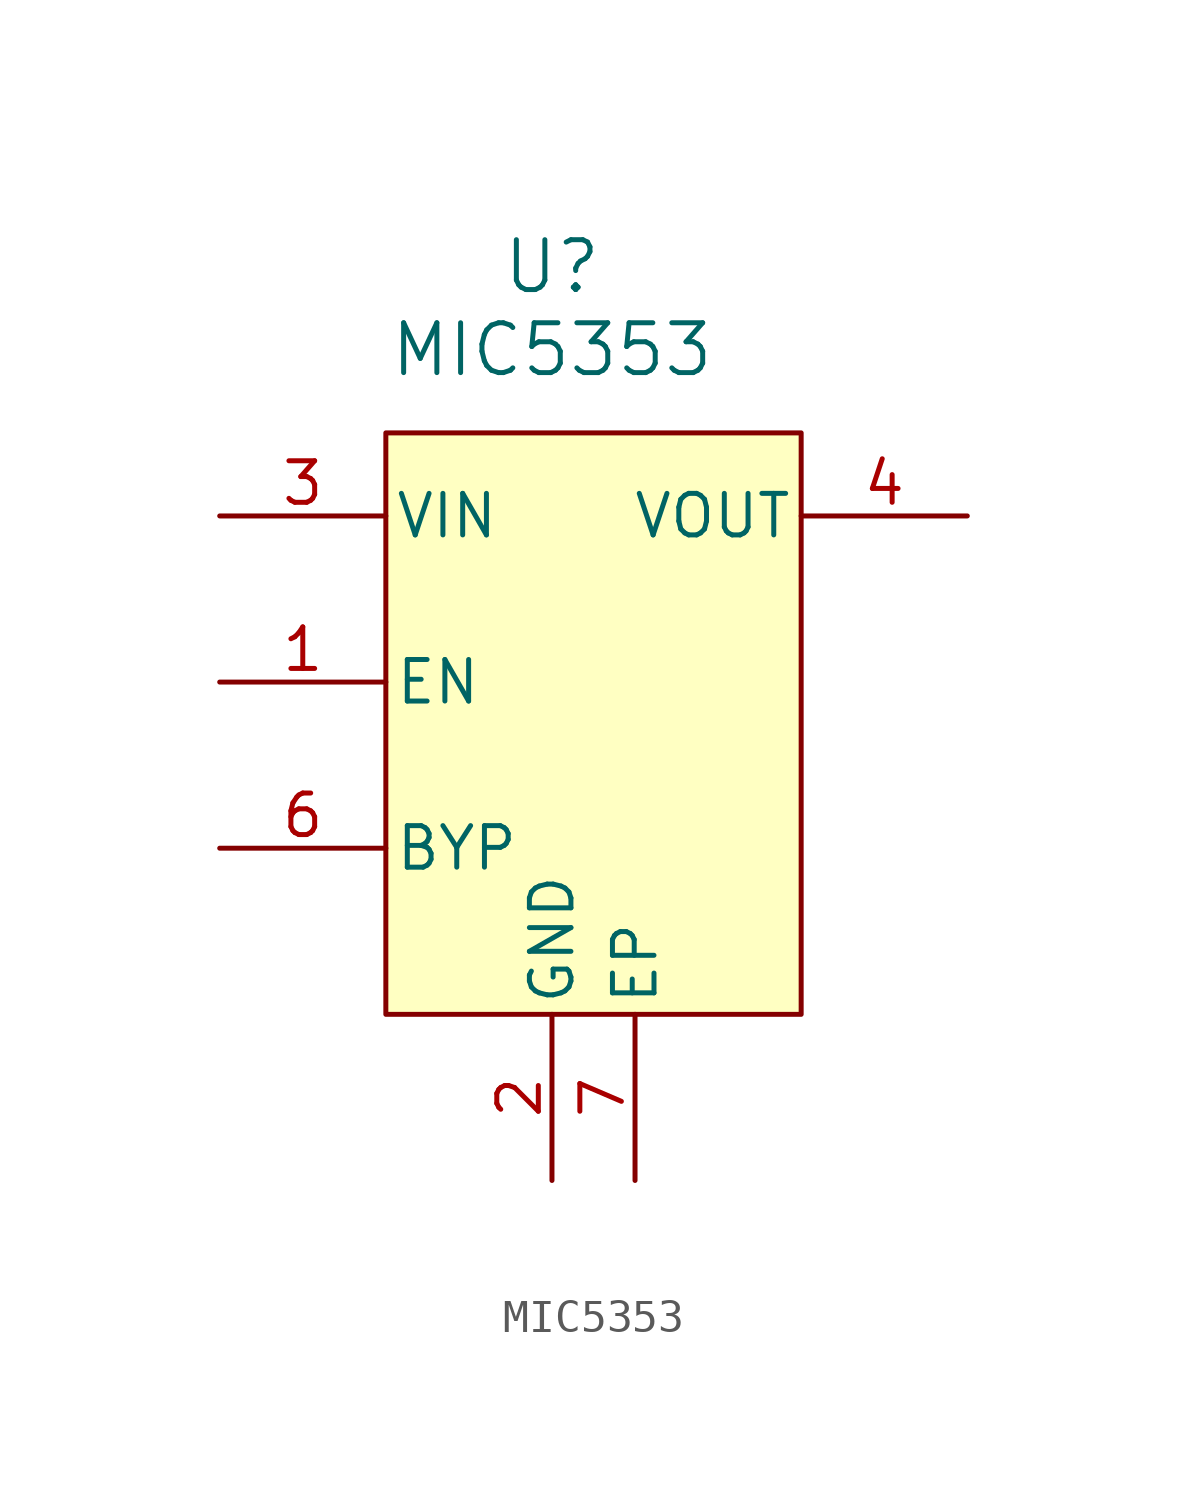
<source format=kicad_sym>
(kicad_symbol_lib
  (version 20230620)
  (generator kicad_symbol_editor)
  (symbol "MIC5353"
    (pin_names
      (offset 0.254))
    (property "Reference" "U"
      (at -2.54 12.7 0)
      (effects (font (size 1.524 1.524))))
    (property "Value" "MIC5353"
      (at -2.54 10.16 0)
      (effects (font (size 1.524 1.524))))
    (symbol "MIC5353_1_1"
      (rectangle (start -7.62 7.62) (end 5.08 -10.16) (stroke (width 0) (type default)) (fill (type background)))
      (pin input line (at -12.7 0 0) (length 5.08) (name "EN" (effects (font (size 1.27 1.27)))) (number "1" (effects (font (size 1.27 1.27)))))
      (pin power_in line (at -2.54 -15.24 90) (length 5.08) (name "GND" (effects (font (size 1.27 1.27)))) (number "2" (effects (font (size 1.27 1.27)))))
      (pin input line (at -12.7 5.08 0) (length 5.08) (name "VIN" (effects (font (size 1.27 1.27)))) (number "3" (effects (font (size 1.27 1.27)))))
      (pin output line (at 10.16 5.08 180) (length 5.08) (name "VOUT" (effects (font (size 1.27 1.27)))) (number "4" (effects (font (size 1.27 1.27)))))
      (pin no_connect line (at 10.16 -2.54 180) (length 5.08) hide (name "NC" (effects (font (size 1.27 1.27)))) (number "5" (effects (font (size 1.27 1.27)))))
      (pin output line (at -12.7 -5.08 0) (length 5.08) (name "BYP" (effects (font (size 1.27 1.27)))) (number "6" (effects (font (size 1.27 1.27)))))
      (pin unspecified line (at 0 -15.24 90) (length 5.08) (name "EP" (effects (font (size 1.27 1.27)))) (number "7" (effects (font (size 1.27 1.27))))))))
</source>
